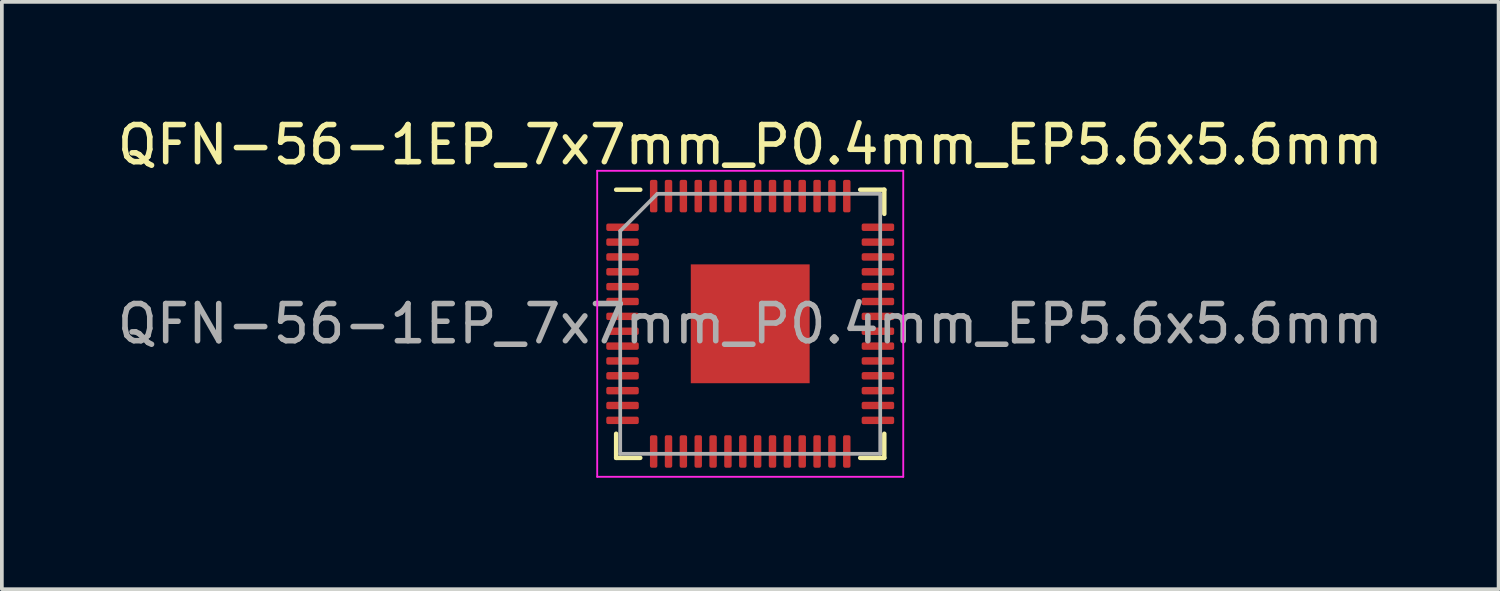
<source format=kicad_pcb>
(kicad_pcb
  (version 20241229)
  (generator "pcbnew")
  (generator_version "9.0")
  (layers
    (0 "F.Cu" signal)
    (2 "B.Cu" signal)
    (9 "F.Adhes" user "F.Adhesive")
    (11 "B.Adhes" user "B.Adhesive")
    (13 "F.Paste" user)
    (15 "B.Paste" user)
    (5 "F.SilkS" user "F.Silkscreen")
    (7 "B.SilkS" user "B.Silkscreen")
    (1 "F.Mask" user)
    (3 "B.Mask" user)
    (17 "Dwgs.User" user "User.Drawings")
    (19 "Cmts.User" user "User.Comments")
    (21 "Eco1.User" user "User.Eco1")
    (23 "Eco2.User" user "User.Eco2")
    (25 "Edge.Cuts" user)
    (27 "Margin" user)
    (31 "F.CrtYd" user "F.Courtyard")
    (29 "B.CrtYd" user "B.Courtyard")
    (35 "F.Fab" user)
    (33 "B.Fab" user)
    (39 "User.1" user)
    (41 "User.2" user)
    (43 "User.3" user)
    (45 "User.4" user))
  (footprint "QFN-56-1EP_7x7mm_P0.4mm_EP5.6x5.6mm"
    (layer "F.Cu")
    (at 17.149 5.668)
    (property "Reference" "QFN-56-1EP_7x7mm_P0.4mm_EP5.6x5.6mm" (at 0 -4.82 0) (layer "F.SilkS") (effects (font (size 1 1) (thickness 0.15))))
    (attr smd)
    (fp_line (start -3.61 3.61) (end -3.61 2.96) (stroke (width 0.12) (type solid)) (layer "F.SilkS"))
    (fp_line (start -2.96 -3.61) (end -3.61 -3.61) (stroke (width 0.12) (type solid)) (layer "F.SilkS"))
    (fp_line (start -2.96 3.61) (end -3.61 3.61) (stroke (width 0.12) (type solid)) (layer "F.SilkS"))
    (fp_line (start 2.96 -3.61) (end 3.61 -3.61) (stroke (width 0.12) (type solid)) (layer "F.SilkS"))
    (fp_line (start 2.96 3.61) (end 3.61 3.61) (stroke (width 0.12) (type solid)) (layer "F.SilkS"))
    (fp_line (start 3.61 -3.61) (end 3.61 -2.96) (stroke (width 0.12) (type solid)) (layer "F.SilkS"))
    (fp_line (start 3.61 3.61) (end 3.61 2.96) (stroke (width 0.12) (type solid)) (layer "F.SilkS"))
    (fp_line (start -4.12 -4.12) (end -4.12 4.12) (stroke (width 0.05) (type solid)) (layer "F.CrtYd"))
    (fp_line (start -4.12 4.12) (end 4.12 4.12) (stroke (width 0.05) (type solid)) (layer "F.CrtYd"))
    (fp_line (start 4.12 -4.12) (end -4.12 -4.12) (stroke (width 0.05) (type solid)) (layer "F.CrtYd"))
    (fp_line (start 4.12 4.12) (end 4.12 -4.12) (stroke (width 0.05) (type solid)) (layer "F.CrtYd"))
    (fp_line (start -3.5 -2.5) (end -2.5 -3.5) (stroke (width 0.1) (type solid)) (layer "F.Fab"))
    (fp_line (start -3.5 3.5) (end -3.5 -2.5) (stroke (width 0.1) (type solid)) (layer "F.Fab"))
    (fp_line (start -2.5 -3.5) (end 3.5 -3.5) (stroke (width 0.1) (type solid)) (layer "F.Fab"))
    (fp_line (start 3.5 -3.5) (end 3.5 3.5) (stroke (width 0.1) (type solid)) (layer "F.Fab"))
    (fp_line (start 3.5 3.5) (end -3.5 3.5) (stroke (width 0.1) (type solid)) (layer "F.Fab"))
    (fp_text user "${REFERENCE}" (at 0 0 0) (layer "F.Fab") (effects (font (size 1 1) (thickness 0.15))))
    (pad "" smd roundrect (at -0.7 -0.7) (size 1.13 1.13) (layers "F.Paste") (roundrect_rratio 0.221))
    (pad "" smd roundrect (at -0.7 0.7) (size 1.13 1.13) (layers "F.Paste") (roundrect_rratio 0.221))
    (pad "" smd roundrect (at 0.7 -0.7) (size 1.13 1.13) (layers "F.Paste") (roundrect_rratio 0.221))
    (pad "" smd roundrect (at 0.7 0.7) (size 1.13 1.13) (layers "F.Paste") (roundrect_rratio 0.221))
    (pad "1" smd roundrect (at -3.438 -2.6) (size 0.875 0.2) (layers "F.Cu" "F.Mask" "F.Paste") (roundrect_rratio 0.25))
    (pad "2" smd roundrect (at -3.438 -2.2) (size 0.875 0.2) (layers "F.Cu" "F.Mask" "F.Paste") (roundrect_rratio 0.25))
    (pad "3" smd roundrect (at -3.438 -1.8) (size 0.875 0.2) (layers "F.Cu" "F.Mask" "F.Paste") (roundrect_rratio 0.25))
    (pad "4" smd roundrect (at -3.438 -1.4) (size 0.875 0.2) (layers "F.Cu" "F.Mask" "F.Paste") (roundrect_rratio 0.25))
    (pad "5" smd roundrect (at -3.438 -1) (size 0.875 0.2) (layers "F.Cu" "F.Mask" "F.Paste") (roundrect_rratio 0.25))
    (pad "6" smd roundrect (at -3.438 -0.6) (size 0.875 0.2) (layers "F.Cu" "F.Mask" "F.Paste") (roundrect_rratio 0.25))
    (pad "7" smd roundrect (at -3.438 -0.2) (size 0.875 0.2) (layers "F.Cu" "F.Mask" "F.Paste") (roundrect_rratio 0.25))
    (pad "8" smd roundrect (at -3.438 0.2) (size 0.875 0.2) (layers "F.Cu" "F.Mask" "F.Paste") (roundrect_rratio 0.25))
    (pad "9" smd roundrect (at -3.438 0.6) (size 0.875 0.2) (layers "F.Cu" "F.Mask" "F.Paste") (roundrect_rratio 0.25))
    (pad "10" smd roundrect (at -3.438 1) (size 0.875 0.2) (layers "F.Cu" "F.Mask" "F.Paste") (roundrect_rratio 0.25))
    (pad "11" smd roundrect (at -3.438 1.4) (size 0.875 0.2) (layers "F.Cu" "F.Mask" "F.Paste") (roundrect_rratio 0.25))
    (pad "12" smd roundrect (at -3.438 1.8) (size 0.875 0.2) (layers "F.Cu" "F.Mask" "F.Paste") (roundrect_rratio 0.25))
    (pad "13" smd roundrect (at -3.438 2.2) (size 0.875 0.2) (layers "F.Cu" "F.Mask" "F.Paste") (roundrect_rratio 0.25))
    (pad "14" smd roundrect (at -3.438 2.6) (size 0.875 0.2) (layers "F.Cu" "F.Mask" "F.Paste") (roundrect_rratio 0.25))
    (pad "15" smd roundrect (at -2.6 3.438) (size 0.2 0.875) (layers "F.Cu" "F.Mask" "F.Paste") (roundrect_rratio 0.25))
    (pad "16" smd roundrect (at -2.2 3.438) (size 0.2 0.875) (layers "F.Cu" "F.Mask" "F.Paste") (roundrect_rratio 0.25))
    (pad "17" smd roundrect (at -1.8 3.438) (size 0.2 0.875) (layers "F.Cu" "F.Mask" "F.Paste") (roundrect_rratio 0.25))
    (pad "18" smd roundrect (at -1.4 3.438) (size 0.2 0.875) (layers "F.Cu" "F.Mask" "F.Paste") (roundrect_rratio 0.25))
    (pad "19" smd roundrect (at -1 3.438) (size 0.2 0.875) (layers "F.Cu" "F.Mask" "F.Paste") (roundrect_rratio 0.25))
    (pad "20" smd roundrect (at -0.6 3.438) (size 0.2 0.875) (layers "F.Cu" "F.Mask" "F.Paste") (roundrect_rratio 0.25))
    (pad "21" smd roundrect (at -0.2 3.438) (size 0.2 0.875) (layers "F.Cu" "F.Mask" "F.Paste") (roundrect_rratio 0.25))
    (pad "22" smd roundrect (at 0.2 3.438) (size 0.2 0.875) (layers "F.Cu" "F.Mask" "F.Paste") (roundrect_rratio 0.25))
    (pad "23" smd roundrect (at 0.6 3.438) (size 0.2 0.875) (layers "F.Cu" "F.Mask" "F.Paste") (roundrect_rratio 0.25))
    (pad "24" smd roundrect (at 1 3.438) (size 0.2 0.875) (layers "F.Cu" "F.Mask" "F.Paste") (roundrect_rratio 0.25))
    (pad "25" smd roundrect (at 1.4 3.438) (size 0.2 0.875) (layers "F.Cu" "F.Mask" "F.Paste") (roundrect_rratio 0.25))
    (pad "26" smd roundrect (at 1.8 3.438) (size 0.2 0.875) (layers "F.Cu" "F.Mask" "F.Paste") (roundrect_rratio 0.25))
    (pad "27" smd roundrect (at 2.2 3.438) (size 0.2 0.875) (layers "F.Cu" "F.Mask" "F.Paste") (roundrect_rratio 0.25))
    (pad "28" smd roundrect (at 2.6 3.438) (size 0.2 0.875) (layers "F.Cu" "F.Mask" "F.Paste") (roundrect_rratio 0.25))
    (pad "29" smd roundrect (at 3.438 2.6) (size 0.875 0.2) (layers "F.Cu" "F.Mask" "F.Paste") (roundrect_rratio 0.25))
    (pad "30" smd roundrect (at 3.438 2.2) (size 0.875 0.2) (layers "F.Cu" "F.Mask" "F.Paste") (roundrect_rratio 0.25))
    (pad "31" smd roundrect (at 3.438 1.8) (size 0.875 0.2) (layers "F.Cu" "F.Mask" "F.Paste") (roundrect_rratio 0.25))
    (pad "32" smd roundrect (at 3.438 1.4) (size 0.875 0.2) (layers "F.Cu" "F.Mask" "F.Paste") (roundrect_rratio 0.25))
    (pad "33" smd roundrect (at 3.438 1) (size 0.875 0.2) (layers "F.Cu" "F.Mask" "F.Paste") (roundrect_rratio 0.25))
    (pad "34" smd roundrect (at 3.438 0.6) (size 0.875 0.2) (layers "F.Cu" "F.Mask" "F.Paste") (roundrect_rratio 0.25))
    (pad "35" smd roundrect (at 3.438 0.2) (size 0.875 0.2) (layers "F.Cu" "F.Mask" "F.Paste") (roundrect_rratio 0.25))
    (pad "36" smd roundrect (at 3.438 -0.2) (size 0.875 0.2) (layers "F.Cu" "F.Mask" "F.Paste") (roundrect_rratio 0.25))
    (pad "37" smd roundrect (at 3.438 -0.6) (size 0.875 0.2) (layers "F.Cu" "F.Mask" "F.Paste") (roundrect_rratio 0.25))
    (pad "38" smd roundrect (at 3.438 -1) (size 0.875 0.2) (layers "F.Cu" "F.Mask" "F.Paste") (roundrect_rratio 0.25))
    (pad "39" smd roundrect (at 3.438 -1.4) (size 0.875 0.2) (layers "F.Cu" "F.Mask" "F.Paste") (roundrect_rratio 0.25))
    (pad "40" smd roundrect (at 3.438 -1.8) (size 0.875 0.2) (layers "F.Cu" "F.Mask" "F.Paste") (roundrect_rratio 0.25))
    (pad "41" smd roundrect (at 3.438 -2.2) (size 0.875 0.2) (layers "F.Cu" "F.Mask" "F.Paste") (roundrect_rratio 0.25))
    (pad "42" smd roundrect (at 3.438 -2.6) (size 0.875 0.2) (layers "F.Cu" "F.Mask" "F.Paste") (roundrect_rratio 0.25))
    (pad "43" smd roundrect (at 2.6 -3.438) (size 0.2 0.875) (layers "F.Cu" "F.Mask" "F.Paste") (roundrect_rratio 0.25))
    (pad "44" smd roundrect (at 2.2 -3.438) (size 0.2 0.875) (layers "F.Cu" "F.Mask" "F.Paste") (roundrect_rratio 0.25))
    (pad "45" smd roundrect (at 1.8 -3.438) (size 0.2 0.875) (layers "F.Cu" "F.Mask" "F.Paste") (roundrect_rratio 0.25))
    (pad "46" smd roundrect (at 1.4 -3.438) (size 0.2 0.875) (layers "F.Cu" "F.Mask" "F.Paste") (roundrect_rratio 0.25))
    (pad "47" smd roundrect (at 1 -3.438) (size 0.2 0.875) (layers "F.Cu" "F.Mask" "F.Paste") (roundrect_rratio 0.25))
    (pad "48" smd roundrect (at 0.6 -3.438) (size 0.2 0.875) (layers "F.Cu" "F.Mask" "F.Paste") (roundrect_rratio 0.25))
    (pad "49" smd roundrect (at 0.2 -3.438) (size 0.2 0.875) (layers "F.Cu" "F.Mask" "F.Paste") (roundrect_rratio 0.25))
    (pad "50" smd roundrect (at -0.2 -3.438) (size 0.2 0.875) (layers "F.Cu" "F.Mask" "F.Paste") (roundrect_rratio 0.25))
    (pad "51" smd roundrect (at -0.6 -3.438) (size 0.2 0.875) (layers "F.Cu" "F.Mask" "F.Paste") (roundrect_rratio 0.25))
    (pad "52" smd roundrect (at -1 -3.438) (size 0.2 0.875) (layers "F.Cu" "F.Mask" "F.Paste") (roundrect_rratio 0.25))
    (pad "53" smd roundrect (at -1.4 -3.438) (size 0.2 0.875) (layers "F.Cu" "F.Mask" "F.Paste") (roundrect_rratio 0.25))
    (pad "54" smd roundrect (at -1.8 -3.438) (size 0.2 0.875) (layers "F.Cu" "F.Mask" "F.Paste") (roundrect_rratio 0.25))
    (pad "55" smd roundrect (at -2.2 -3.438) (size 0.2 0.875) (layers "F.Cu" "F.Mask" "F.Paste") (roundrect_rratio 0.25))
    (pad "56" smd roundrect (at -2.6 -3.438) (size 0.2 0.875) (layers "F.Cu" "F.Mask" "F.Paste") (roundrect_rratio 0.25))
    (pad "57" smd rect (at 0 0) (size 3.2 3.2) (layers "F.Cu" "F.Mask")))
  (gr_rect
    (start -3 -3)
    (end 37.298 12.813)
    (stroke (width 0.1) (type default))
    (fill no)
    (layer "Edge.Cuts")))
</source>
